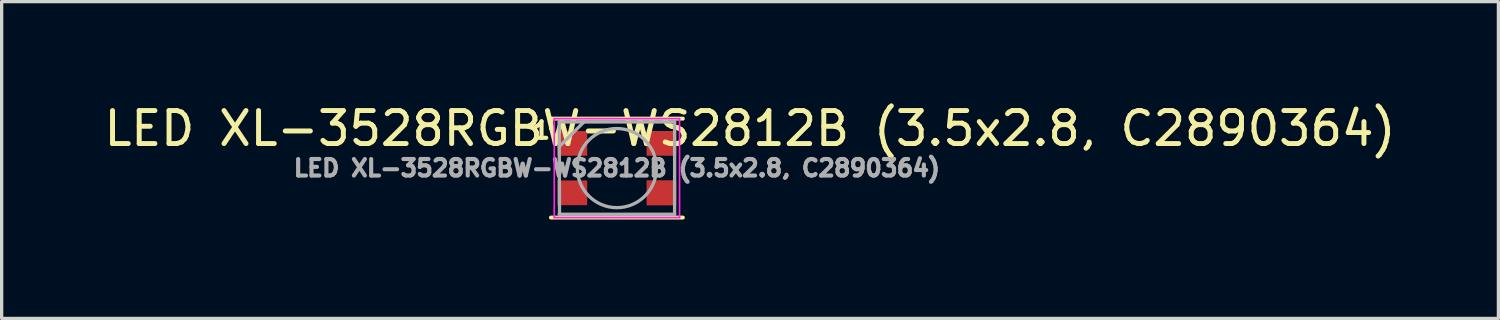
<source format=kicad_pcb>
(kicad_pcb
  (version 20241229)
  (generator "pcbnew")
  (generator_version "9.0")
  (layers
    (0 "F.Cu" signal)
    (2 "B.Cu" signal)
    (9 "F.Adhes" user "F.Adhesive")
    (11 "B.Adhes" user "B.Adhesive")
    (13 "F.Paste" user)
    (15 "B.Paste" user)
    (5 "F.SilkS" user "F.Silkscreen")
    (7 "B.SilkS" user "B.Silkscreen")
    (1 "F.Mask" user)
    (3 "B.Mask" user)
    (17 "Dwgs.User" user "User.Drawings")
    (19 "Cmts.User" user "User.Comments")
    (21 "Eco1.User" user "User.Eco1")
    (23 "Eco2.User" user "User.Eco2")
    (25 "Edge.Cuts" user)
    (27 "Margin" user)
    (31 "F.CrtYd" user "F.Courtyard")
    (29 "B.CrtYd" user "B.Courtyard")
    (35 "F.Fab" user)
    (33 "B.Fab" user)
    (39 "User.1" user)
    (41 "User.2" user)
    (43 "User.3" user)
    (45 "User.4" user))
  (footprint "LED XL-3528RGBW-WS2812B (3.5x2.8, C2890364)"
    (layer "F.Cu")
    (at 15.659 2.048)
    (property "Reference" "LED XL-3528RGBW-WS2812B (3.5x2.8, C2890364)" (at 4.037 -1.2 180) (layer "F.SilkS") (effects (font (size 1 1) (thickness 0.15))))
    (attr smd)
    (fp_line (start -2 -1.5) (end 2 -1.5) (stroke (width 0.12) (type solid)) (layer "F.SilkS"))
    (fp_line (start -2 -1.2) (end -2 -1.5) (stroke (width 0.12) (type solid)) (layer "F.SilkS"))
    (fp_line (start -2 1.5) (end 2 1.5) (stroke (width 0.12) (type solid)) (layer "F.SilkS"))
    (fp_line (start -1.9 -1.5) (end -1.9 1.5) (stroke (width 0.05) (type solid)) (layer "F.CrtYd"))
    (fp_line (start -1.9 1.5) (end 1.9 1.5) (stroke (width 0.05) (type solid)) (layer "F.CrtYd"))
    (fp_line (start 1.9 -1.5) (end -1.9 -1.5) (stroke (width 0.05) (type solid)) (layer "F.CrtYd"))
    (fp_line (start 1.9 1.5) (end 1.9 -1.5) (stroke (width 0.05) (type solid)) (layer "F.CrtYd"))
    (fp_line (start -1.75 -1.4) (end -1.74 1.4) (stroke (width 0.1) (type solid)) (layer "F.Fab"))
    (fp_line (start -1.75 -0.65) (end -1 -1.4) (stroke (width 0.1) (type solid)) (layer "F.Fab"))
    (fp_line (start -1.75 1.4) (end 1.75 1.4) (stroke (width 0.1) (type solid)) (layer "F.Fab"))
    (fp_line (start 1.75 -1.4) (end -1.75 -1.4) (stroke (width 0.1) (type solid)) (layer "F.Fab"))
    (fp_line (start 1.75 1.4) (end 1.75 -1.4) (stroke (width 0.1) (type solid)) (layer "F.Fab"))
    (fp_circle (center 0 0) (end 1.2 0) (stroke (width 0.1) (type solid)) (fill no) (layer "F.Fab"))
    (fp_text user "1" (at -2.286 -1.143 0) (unlocked yes) (layer "F.SilkS") (effects (font (size 0.5 0.5) (thickness 0.125))))
    (fp_text user "${REFERENCE}" (at 0 0 180) (layer "F.Fab") (effects (font (size 0.5 0.5) (thickness 0.125))))
    (pad "1" smd rect (at -1.35 -0.75 180) (size 0.9 0.75) (layers "F.Cu" "F.Mask" "F.Paste"))
    (pad "2" smd rect (at -1.35 0.75 180) (size 0.9 0.75) (layers "F.Cu" "F.Mask" "F.Paste"))
    (pad "3" smd rect (at 1.35 0.75 180) (size 0.9 0.76) (layers "F.Cu" "F.Mask" "F.Paste"))
    (pad "4" smd rect (at 1.35 -0.75 180) (size 0.9 0.75) (layers "F.Cu" "F.Mask" "F.Paste")))
  (gr_rect
    (start -3 -3)
    (end 42.393 6.608)
    (stroke (width 0.1) (type default))
    (fill no)
    (layer "Edge.Cuts")))
</source>
